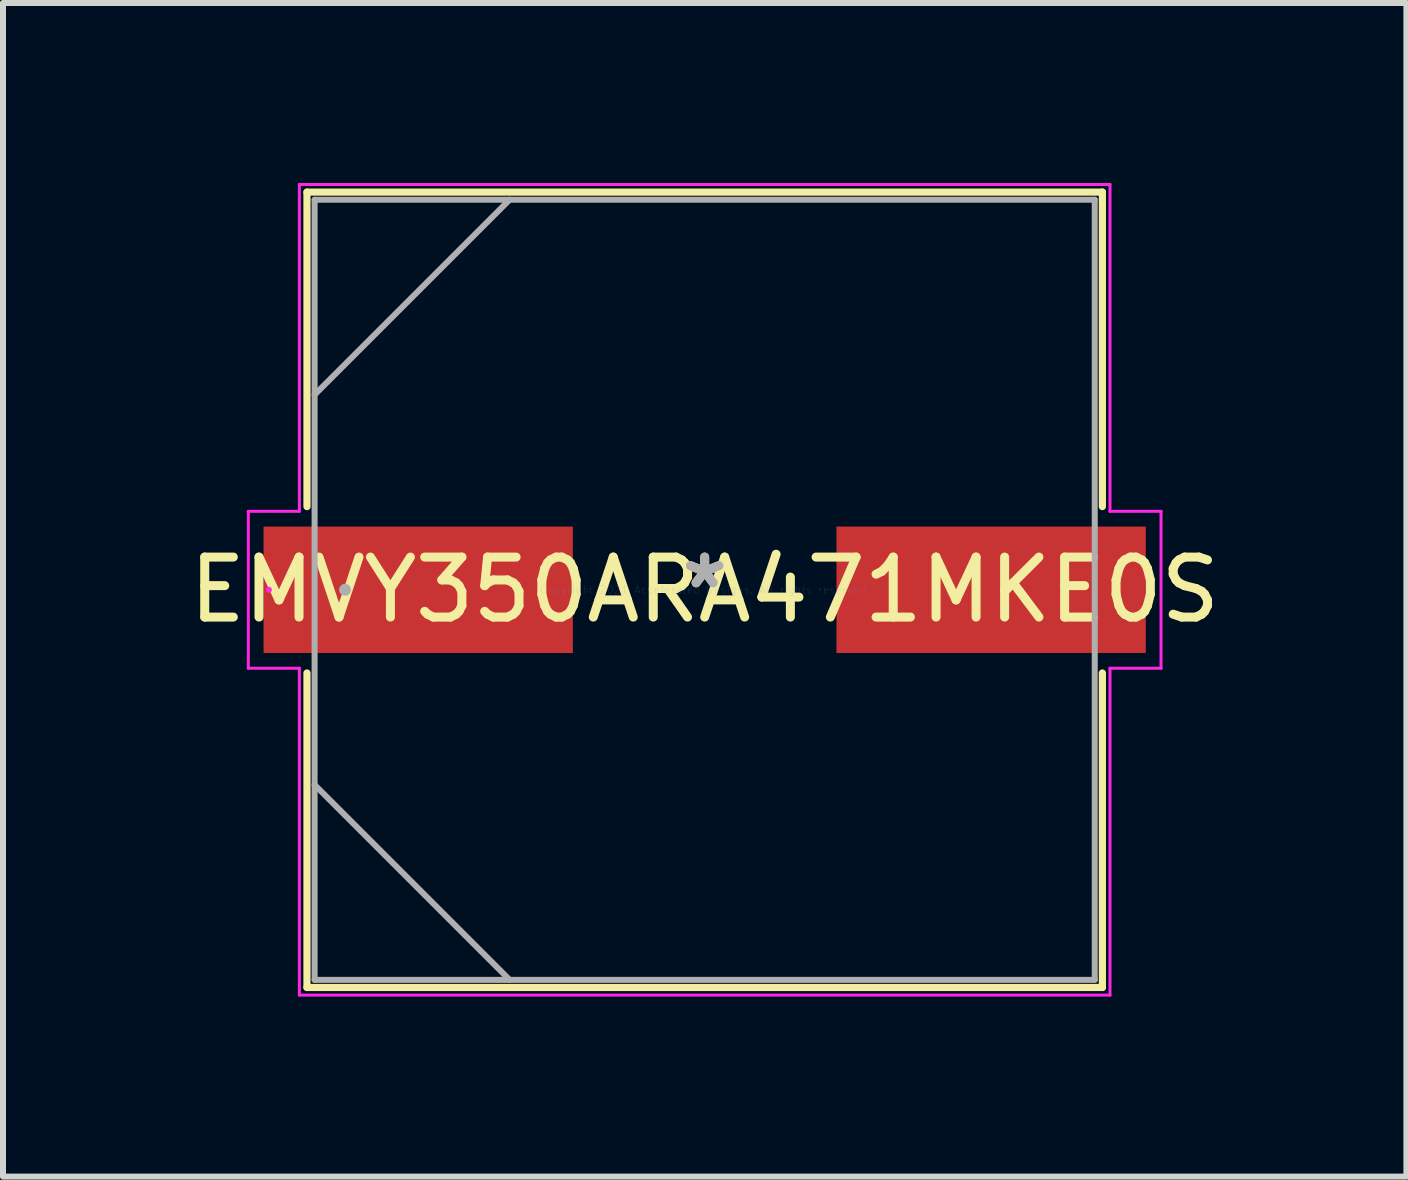
<source format=kicad_pcb>
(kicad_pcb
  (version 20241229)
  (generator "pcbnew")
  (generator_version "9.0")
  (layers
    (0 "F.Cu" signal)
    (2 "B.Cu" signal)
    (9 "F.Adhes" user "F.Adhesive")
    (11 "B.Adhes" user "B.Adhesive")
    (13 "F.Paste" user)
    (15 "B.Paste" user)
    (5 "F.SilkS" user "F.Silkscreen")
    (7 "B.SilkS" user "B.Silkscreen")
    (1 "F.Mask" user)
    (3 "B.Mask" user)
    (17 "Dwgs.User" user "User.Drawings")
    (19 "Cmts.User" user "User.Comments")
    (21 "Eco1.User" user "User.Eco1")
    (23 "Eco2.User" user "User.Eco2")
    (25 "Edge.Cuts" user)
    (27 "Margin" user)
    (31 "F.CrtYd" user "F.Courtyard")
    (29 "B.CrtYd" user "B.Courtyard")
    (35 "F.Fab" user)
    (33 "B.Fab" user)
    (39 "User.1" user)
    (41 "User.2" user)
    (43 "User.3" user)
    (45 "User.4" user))
  (footprint "EMVY350ARA471MKE0S"
    (layer "F.Cu")
    (at 8.696 6.781)
    (property "Reference" "EMVY350ARA471MKE0S" (at 0 0 0) (layer "F.SilkS") (effects (font (size 1 1) (thickness 0.15))))
    (attr through_hole)
    (fp_line (start -6.629 -6.629) (end -6.629 -1.387) (stroke (width 0.12) (type solid)) (layer "F.SilkS"))
    (fp_line (start -6.629 1.387) (end -6.629 6.629) (stroke (width 0.12) (type solid)) (layer "F.SilkS"))
    (fp_line (start -6.629 6.629) (end 6.629 6.629) (stroke (width 0.12) (type solid)) (layer "F.SilkS"))
    (fp_line (start 6.629 -6.629) (end -6.629 -6.629) (stroke (width 0.12) (type solid)) (layer "F.SilkS"))
    (fp_line (start 6.629 -1.387) (end 6.629 -6.629) (stroke (width 0.12) (type solid)) (layer "F.SilkS"))
    (fp_line (start 6.629 6.629) (end 6.629 1.387) (stroke (width 0.12) (type solid)) (layer "F.SilkS"))
    (fp_line (start -7.607 -1.308) (end -6.756 -1.308) (stroke (width 0.05) (type solid)) (layer "F.CrtYd"))
    (fp_line (start -7.607 1.308) (end -7.607 -1.308) (stroke (width 0.05) (type solid)) (layer "F.CrtYd"))
    (fp_line (start -6.756 -6.756) (end 6.756 -6.756) (stroke (width 0.05) (type solid)) (layer "F.CrtYd"))
    (fp_line (start -6.756 -1.308) (end -6.756 -6.756) (stroke (width 0.05) (type solid)) (layer "F.CrtYd"))
    (fp_line (start -6.756 1.308) (end -7.607 1.308) (stroke (width 0.05) (type solid)) (layer "F.CrtYd"))
    (fp_line (start -6.756 6.756) (end -6.756 1.308) (stroke (width 0.05) (type solid)) (layer "F.CrtYd"))
    (fp_line (start 6.756 -6.756) (end 6.756 -1.308) (stroke (width 0.05) (type solid)) (layer "F.CrtYd"))
    (fp_line (start 6.756 -1.308) (end 7.607 -1.308) (stroke (width 0.05) (type solid)) (layer "F.CrtYd"))
    (fp_line (start 6.756 1.308) (end 6.756 6.756) (stroke (width 0.05) (type solid)) (layer "F.CrtYd"))
    (fp_line (start 6.756 6.756) (end -6.756 6.756) (stroke (width 0.05) (type solid)) (layer "F.CrtYd"))
    (fp_line (start 7.607 -1.308) (end 7.607 1.308) (stroke (width 0.05) (type solid)) (layer "F.CrtYd"))
    (fp_line (start 7.607 1.308) (end 6.756 1.308) (stroke (width 0.05) (type solid)) (layer "F.CrtYd"))
    (fp_circle (center -7.264 0) (end -7.264 0) (stroke (width 0.05) (type solid)) (fill no) (layer "F.CrtYd"))
    (fp_line (start -6.502 -6.502) (end -6.502 6.502) (stroke (width 0.1) (type solid)) (layer "F.Fab"))
    (fp_line (start -6.502 -3.251) (end -3.251 -6.502) (stroke (width 0.1) (type solid)) (layer "F.Fab"))
    (fp_line (start -6.502 3.251) (end -3.251 6.502) (stroke (width 0.1) (type solid)) (layer "F.Fab"))
    (fp_line (start -6.502 6.502) (end 6.502 6.502) (stroke (width 0.1) (type solid)) (layer "F.Fab"))
    (fp_line (start 6.502 -6.502) (end -6.502 -6.502) (stroke (width 0.1) (type solid)) (layer "F.Fab"))
    (fp_line (start 6.502 6.502) (end 6.502 -6.502) (stroke (width 0.1) (type solid)) (layer "F.Fab"))
    (fp_circle (center -5.994 0) (end -5.994 0) (stroke (width 0.1) (type solid)) (fill no) (layer "F.Fab"))
    (fp_text user "*" (at 0 0 0) (layer "F.SilkS") (effects (font (size 1 1) (thickness 0.15))))
    (fp_text user "Copyright 2021 Accelerated Designs. All rights reserved." (at 0 0 0) (layer "Cmts.User") (effects (font (size 0.127 0.127) (thickness 0.002))))
    (fp_text user "*" (at 0 0 0) (layer "F.Fab") (effects (font (size 1 1) (thickness 0.15))))
    (pad "1" smd rect (at -4.775 0) (size 5.156 2.108) (layers "F.Cu" "F.Mask" "F.Paste"))
    (pad "2" smd rect (at 4.775 0) (size 5.156 2.108) (layers "F.Cu" "F.Mask" "F.Paste")))
  (gr_rect
    (start -3 -3)
    (end 20.393 16.563)
    (stroke (width 0.1) (type default))
    (fill no)
    (layer "Edge.Cuts")))
</source>
